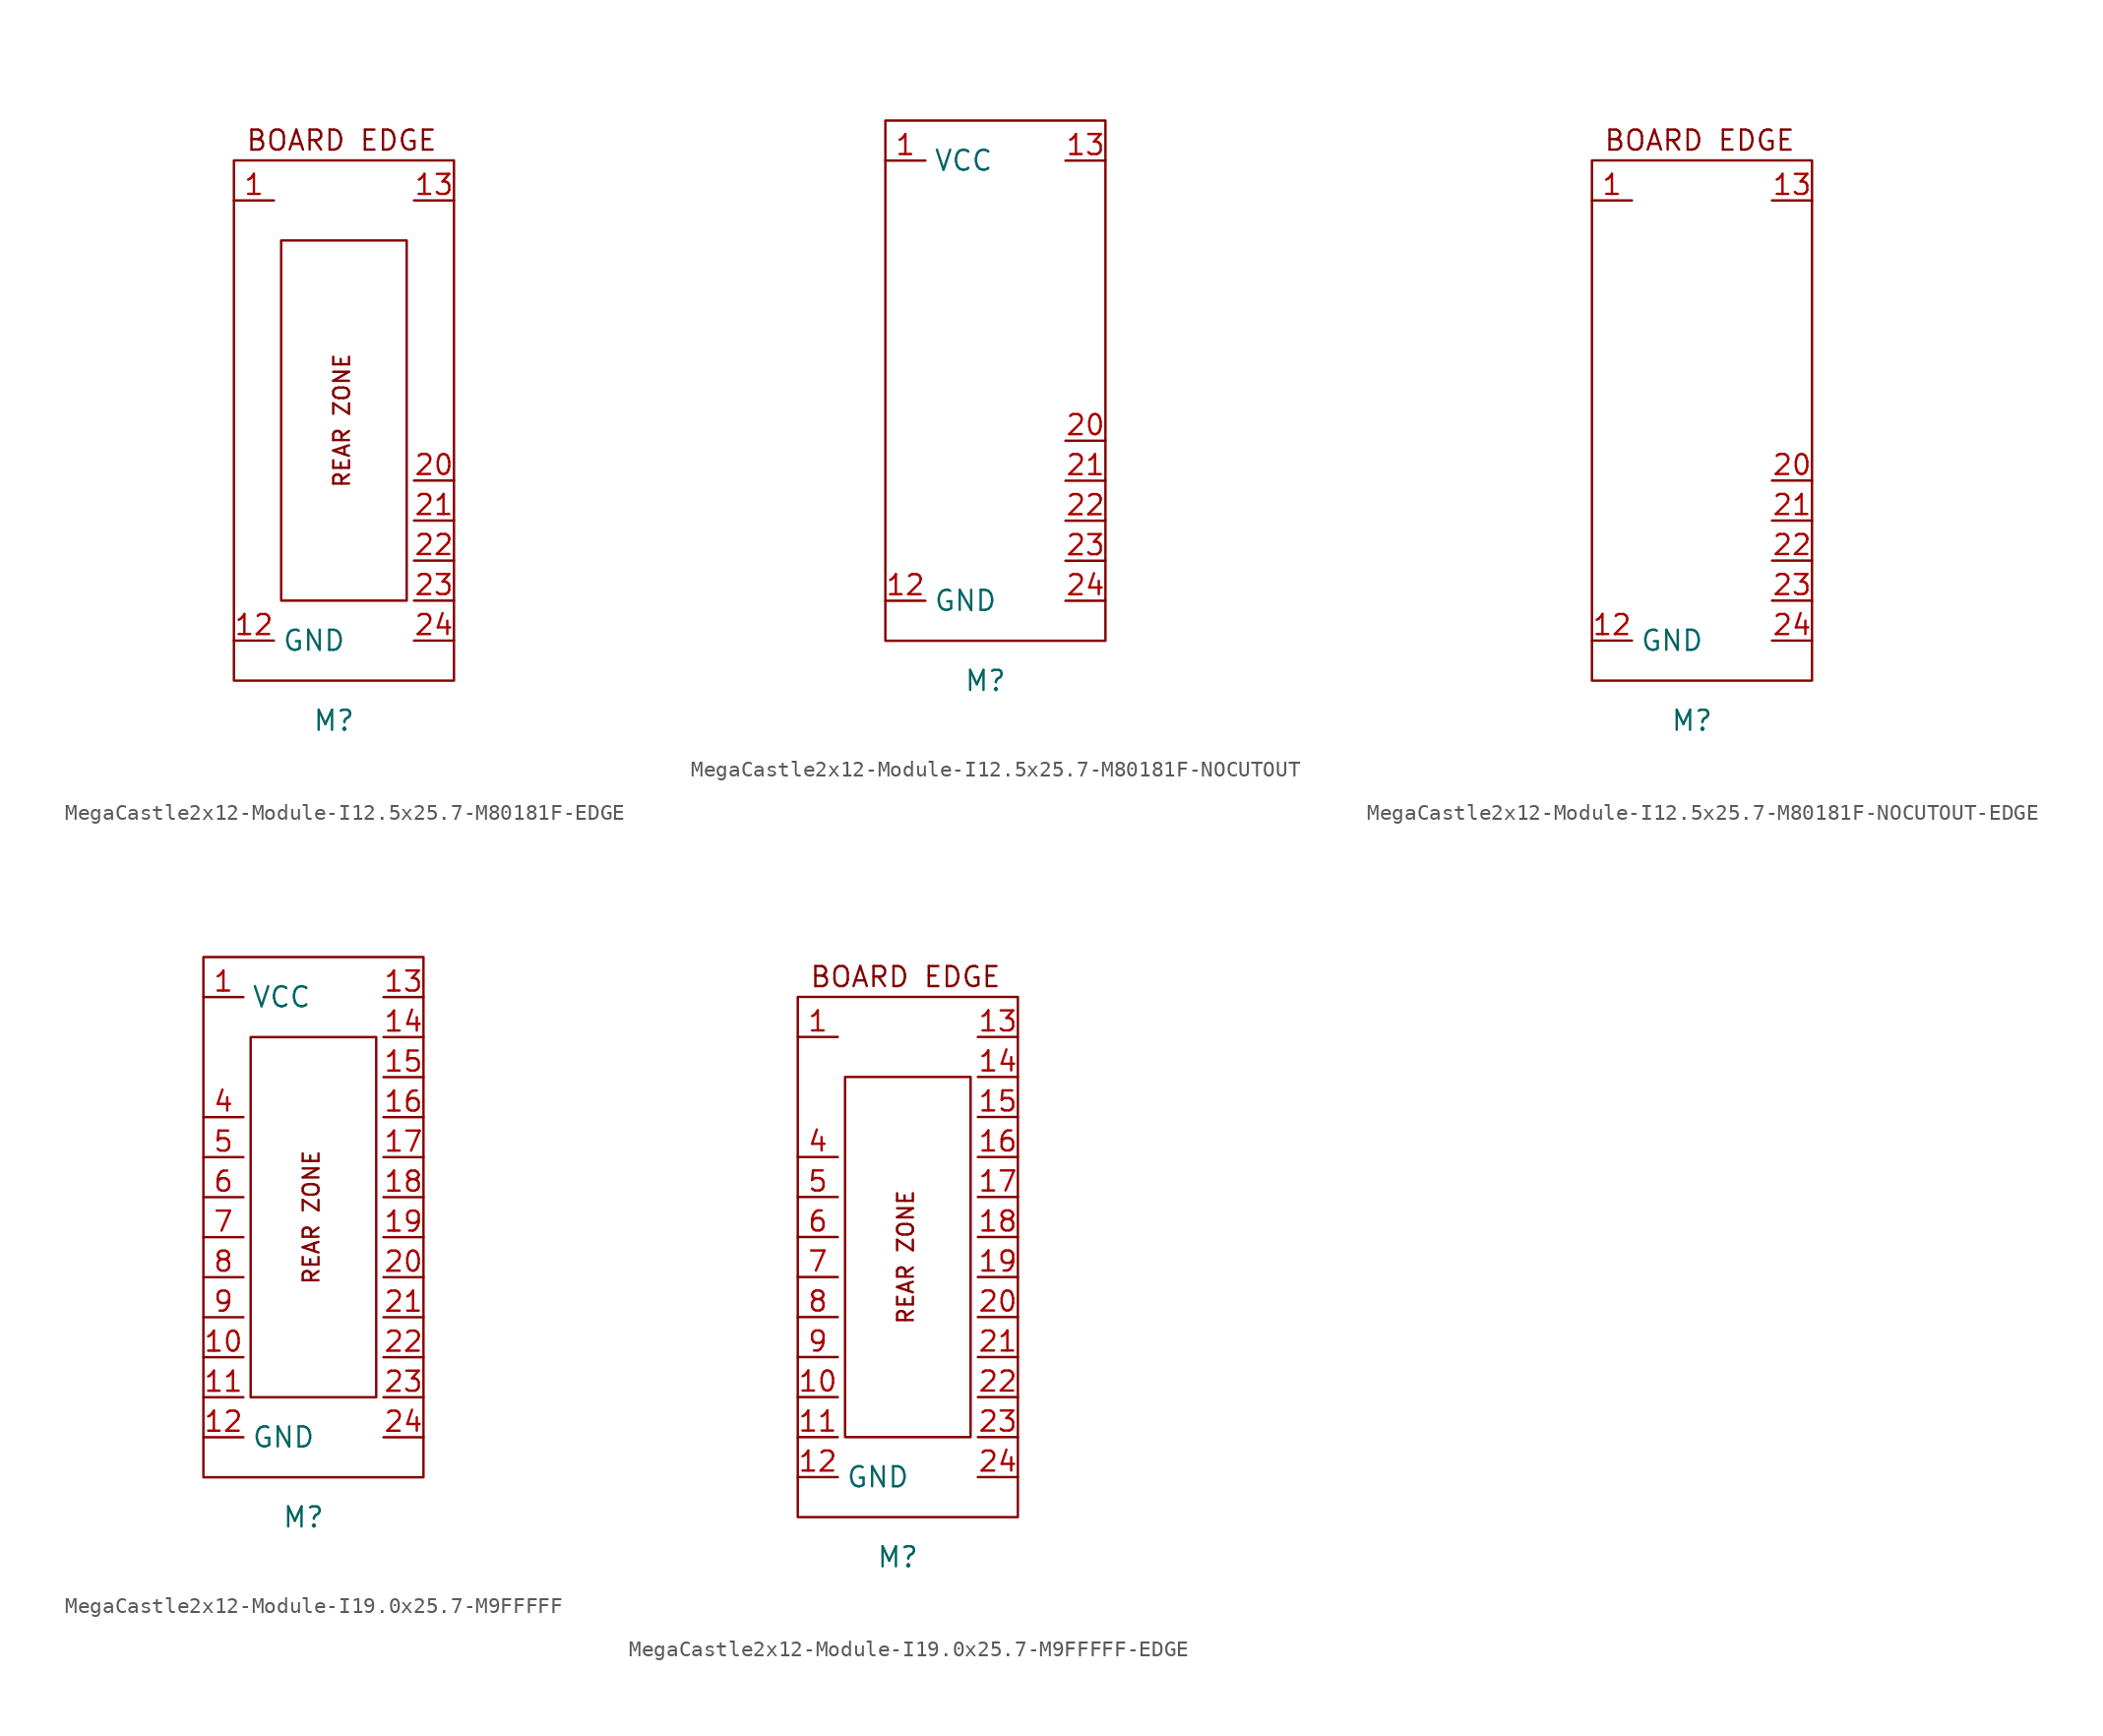
<source format=kicad_sym>
(kicad_symbol_lib
  (version 20241209)
  (generator "kicad_symbol_editor")
  (generator_version "9.0")
  (symbol "MegaCastle2x12-Module-I12.5x25.7-M80181F-EDGE"
    (property "Reference" "M"
      (at 0 -19.05 0)
      (effects (font (size 1.27 1.27))))
    (property "Value" ""
      (at 0 5.08 0)
      (effects (font (size 1.27 1.27))))
    (symbol "MegaCastle2x12-Module-I12.5x25.7-M80181F-EDGE_0_1"
      (rectangle (start -6.35 16.51) (end 7.62 -16.51) (stroke (width 0) (type default)) (fill (type none)))
      (rectangle (start -3.35 11.43) (end 4.62 -11.43) (stroke (width 0) (type default)) (fill (type none))))
    (symbol "MegaCastle2x12-Module-I12.5x25.7-M80181F-EDGE_1_1"
      (text " BOARD EDGE" (at 0 17.78 0) (effects (font (size 1.27 1.27))))
      (text "REAR ZONE" (at 0.5 0 900) (effects (font (size 1 1))))
      (pin bidirectional line (at -6.35 13.97 0) (length 2.54) (name "" (effects (font (size 1.27 1.27)))) (number "1" (effects (font (size 1.27 1.27)))))
      (pin bidirectional line (at -6.35 -13.97 0) (length 2.54) (name "GND" (effects (font (size 1.27 1.27)))) (number "12" (effects (font (size 1.27 1.27)))))
      (pin bidirectional line (at 7.62 13.97 180) (length 2.54) (name "" (effects (font (size 1.27 1.27)))) (number "13" (effects (font (size 1.27 1.27)))))
      (pin bidirectional line (at 7.62 -3.81 180) (length 2.54) (name "" (effects (font (size 1.27 1.27)))) (number "20" (effects (font (size 1.27 1.27)))))
      (pin bidirectional line (at 7.62 -6.35 180) (length 2.54) (name "" (effects (font (size 1.27 1.27)))) (number "21" (effects (font (size 1.27 1.27)))))
      (pin bidirectional line (at 7.62 -8.89 180) (length 2.54) (name "" (effects (font (size 1.27 1.27)))) (number "22" (effects (font (size 1.27 1.27)))))
      (pin bidirectional line (at 7.62 -11.43 180) (length 2.54) (name "" (effects (font (size 1.27 1.27)))) (number "23" (effects (font (size 1.27 1.27)))))
      (pin bidirectional line (at 7.62 -13.97 180) (length 2.54) (name "" (effects (font (size 1.27 1.27)))) (number "24" (effects (font (size 1.27 1.27)))))))
  (symbol "MegaCastle2x12-Module-I12.5x25.7-M80181F-NOCUTOUT"
    (property "Reference" "M"
      (at 0 -19.05 0)
      (effects (font (size 1.27 1.27))))
    (property "Value" ""
      (at 0 5.08 0)
      (effects (font (size 1.27 1.27))))
    (symbol "MegaCastle2x12-Module-I12.5x25.7-M80181F-NOCUTOUT_0_1"
      (rectangle (start -6.35 16.51) (end 7.62 -16.51) (stroke (width 0) (type default)) (fill (type none))))
    (symbol "MegaCastle2x12-Module-I12.5x25.7-M80181F-NOCUTOUT_1_1"
      (pin bidirectional line (at -6.35 13.97 0) (length 2.54) (name "VCC" (effects (font (size 1.27 1.27)))) (number "1" (effects (font (size 1.27 1.27)))))
      (pin bidirectional line (at -6.35 -13.97 0) (length 2.54) (name "GND" (effects (font (size 1.27 1.27)))) (number "12" (effects (font (size 1.27 1.27)))))
      (pin bidirectional line (at 7.62 13.97 180) (length 2.54) (name "" (effects (font (size 1.27 1.27)))) (number "13" (effects (font (size 1.27 1.27)))))
      (pin bidirectional line (at 7.62 -3.81 180) (length 2.54) (name "" (effects (font (size 1.27 1.27)))) (number "20" (effects (font (size 1.27 1.27)))))
      (pin bidirectional line (at 7.62 -6.35 180) (length 2.54) (name "" (effects (font (size 1.27 1.27)))) (number "21" (effects (font (size 1.27 1.27)))))
      (pin bidirectional line (at 7.62 -8.89 180) (length 2.54) (name "" (effects (font (size 1.27 1.27)))) (number "22" (effects (font (size 1.27 1.27)))))
      (pin bidirectional line (at 7.62 -11.43 180) (length 2.54) (name "" (effects (font (size 1.27 1.27)))) (number "23" (effects (font (size 1.27 1.27)))))
      (pin bidirectional line (at 7.62 -13.97 180) (length 2.54) (name "" (effects (font (size 1.27 1.27)))) (number "24" (effects (font (size 1.27 1.27)))))))
  (symbol "MegaCastle2x12-Module-I12.5x25.7-M80181F-NOCUTOUT-EDGE"
    (property "Reference" "M"
      (at 0 -19.05 0)
      (effects (font (size 1.27 1.27))))
    (property "Value" ""
      (at 0 5.08 0)
      (effects (font (size 1.27 1.27))))
    (symbol "MegaCastle2x12-Module-I12.5x25.7-M80181F-NOCUTOUT-EDGE_0_1"
      (rectangle (start -6.35 16.51) (end 7.62 -16.51) (stroke (width 0) (type default)) (fill (type none))))
    (symbol "MegaCastle2x12-Module-I12.5x25.7-M80181F-NOCUTOUT-EDGE_1_1"
      (text " BOARD EDGE" (at 0 17.78 0) (effects (font (size 1.27 1.27))))
      (pin bidirectional line (at -6.35 13.97 0) (length 2.54) (name "" (effects (font (size 1.27 1.27)))) (number "1" (effects (font (size 1.27 1.27)))))
      (pin bidirectional line (at -6.35 -13.97 0) (length 2.54) (name "GND" (effects (font (size 1.27 1.27)))) (number "12" (effects (font (size 1.27 1.27)))))
      (pin bidirectional line (at 7.62 13.97 180) (length 2.54) (name "" (effects (font (size 1.27 1.27)))) (number "13" (effects (font (size 1.27 1.27)))))
      (pin bidirectional line (at 7.62 -3.81 180) (length 2.54) (name "" (effects (font (size 1.27 1.27)))) (number "20" (effects (font (size 1.27 1.27)))))
      (pin bidirectional line (at 7.62 -6.35 180) (length 2.54) (name "" (effects (font (size 1.27 1.27)))) (number "21" (effects (font (size 1.27 1.27)))))
      (pin bidirectional line (at 7.62 -8.89 180) (length 2.54) (name "" (effects (font (size 1.27 1.27)))) (number "22" (effects (font (size 1.27 1.27)))))
      (pin bidirectional line (at 7.62 -11.43 180) (length 2.54) (name "" (effects (font (size 1.27 1.27)))) (number "23" (effects (font (size 1.27 1.27)))))
      (pin bidirectional line (at 7.62 -13.97 180) (length 2.54) (name "" (effects (font (size 1.27 1.27)))) (number "24" (effects (font (size 1.27 1.27)))))))
  (symbol "MegaCastle2x12-Module-I19.0x25.7-M9FFFFF"
    (property "Reference" "M"
      (at 0 -19.05 0)
      (effects (font (size 1.27 1.27))))
    (property "Value" ""
      (at 0 5.08 0)
      (effects (font (size 1.27 1.27))))
    (symbol "MegaCastle2x12-Module-I19.0x25.7-M9FFFFF_0_1"
      (rectangle (start -6.35 16.51) (end 7.62 -16.51) (stroke (width 0) (type default)) (fill (type none)))
      (rectangle (start -3.35 11.43) (end 4.62 -11.43) (stroke (width 0) (type default)) (fill (type none))))
    (symbol "MegaCastle2x12-Module-I19.0x25.7-M9FFFFF_1_1"
      (text "REAR ZONE" (at 0.5 0 900) (effects (font (size 1 1))))
      (pin bidirectional line (at -6.35 13.97 0) (length 2.54) (name "VCC" (effects (font (size 1.27 1.27)))) (number "1" (effects (font (size 1.27 1.27)))))
      (pin bidirectional line (at -6.35 6.35 0) (length 2.54) (name "" (effects (font (size 1.27 1.27)))) (number "4" (effects (font (size 1.27 1.27)))))
      (pin bidirectional line (at -6.35 3.81 0) (length 2.54) (name "" (effects (font (size 1.27 1.27)))) (number "5" (effects (font (size 1.27 1.27)))))
      (pin bidirectional line (at -6.35 1.27 0) (length 2.54) (name "" (effects (font (size 1.27 1.27)))) (number "6" (effects (font (size 1.27 1.27)))))
      (pin bidirectional line (at -6.35 -1.27 0) (length 2.54) (name "" (effects (font (size 1.27 1.27)))) (number "7" (effects (font (size 1.27 1.27)))))
      (pin bidirectional line (at -6.35 -3.81 0) (length 2.54) (name "" (effects (font (size 1.27 1.27)))) (number "8" (effects (font (size 1.27 1.27)))))
      (pin bidirectional line (at -6.35 -6.35 0) (length 2.54) (name "" (effects (font (size 1.27 1.27)))) (number "9" (effects (font (size 1.27 1.27)))))
      (pin bidirectional line (at -6.35 -8.89 0) (length 2.54) (name "" (effects (font (size 1.27 1.27)))) (number "10" (effects (font (size 1.27 1.27)))))
      (pin bidirectional line (at -6.35 -11.43 0) (length 2.54) (name "" (effects (font (size 1.27 1.27)))) (number "11" (effects (font (size 1.27 1.27)))))
      (pin bidirectional line (at -6.35 -13.97 0) (length 2.54) (name "GND" (effects (font (size 1.27 1.27)))) (number "12" (effects (font (size 1.27 1.27)))))
      (pin bidirectional line (at 7.62 13.97 180) (length 2.54) (name "" (effects (font (size 1.27 1.27)))) (number "13" (effects (font (size 1.27 1.27)))))
      (pin bidirectional line (at 7.62 11.43 180) (length 2.54) (name "" (effects (font (size 1.27 1.27)))) (number "14" (effects (font (size 1.27 1.27)))))
      (pin bidirectional line (at 7.62 8.89 180) (length 2.54) (name "" (effects (font (size 1.27 1.27)))) (number "15" (effects (font (size 1.27 1.27)))))
      (pin bidirectional line (at 7.62 6.35 180) (length 2.54) (name "" (effects (font (size 1.27 1.27)))) (number "16" (effects (font (size 1.27 1.27)))))
      (pin bidirectional line (at 7.62 3.81 180) (length 2.54) (name "" (effects (font (size 1.27 1.27)))) (number "17" (effects (font (size 1.27 1.27)))))
      (pin bidirectional line (at 7.62 1.27 180) (length 2.54) (name "" (effects (font (size 1.27 1.27)))) (number "18" (effects (font (size 1.27 1.27)))))
      (pin bidirectional line (at 7.62 -1.27 180) (length 2.54) (name "" (effects (font (size 1.27 1.27)))) (number "19" (effects (font (size 1.27 1.27)))))
      (pin bidirectional line (at 7.62 -3.81 180) (length 2.54) (name "" (effects (font (size 1.27 1.27)))) (number "20" (effects (font (size 1.27 1.27)))))
      (pin bidirectional line (at 7.62 -6.35 180) (length 2.54) (name "" (effects (font (size 1.27 1.27)))) (number "21" (effects (font (size 1.27 1.27)))))
      (pin bidirectional line (at 7.62 -8.89 180) (length 2.54) (name "" (effects (font (size 1.27 1.27)))) (number "22" (effects (font (size 1.27 1.27)))))
      (pin bidirectional line (at 7.62 -11.43 180) (length 2.54) (name "" (effects (font (size 1.27 1.27)))) (number "23" (effects (font (size 1.27 1.27)))))
      (pin bidirectional line (at 7.62 -13.97 180) (length 2.54) (name "" (effects (font (size 1.27 1.27)))) (number "24" (effects (font (size 1.27 1.27)))))))
  (symbol "MegaCastle2x12-Module-I19.0x25.7-M9FFFFF-EDGE"
    (property "Reference" "M"
      (at 0 -19.05 0)
      (effects (font (size 1.27 1.27))))
    (property "Value" ""
      (at 0 5.08 0)
      (effects (font (size 1.27 1.27))))
    (symbol "MegaCastle2x12-Module-I19.0x25.7-M9FFFFF-EDGE_0_1"
      (rectangle (start -6.35 16.51) (end 7.62 -16.51) (stroke (width 0) (type default)) (fill (type none)))
      (rectangle (start -3.35 11.43) (end 4.62 -11.43) (stroke (width 0) (type default)) (fill (type none))))
    (symbol "MegaCastle2x12-Module-I19.0x25.7-M9FFFFF-EDGE_1_1"
      (text " BOARD EDGE" (at 0 17.78 0) (effects (font (size 1.27 1.27))))
      (text "REAR ZONE" (at 0.5 0 900) (effects (font (size 1 1))))
      (pin bidirectional line (at -6.35 13.97 0) (length 2.54) (name "" (effects (font (size 1.27 1.27)))) (number "1" (effects (font (size 1.27 1.27)))))
      (pin bidirectional line (at -6.35 6.35 0) (length 2.54) (name "" (effects (font (size 1.27 1.27)))) (number "4" (effects (font (size 1.27 1.27)))))
      (pin bidirectional line (at -6.35 3.81 0) (length 2.54) (name "" (effects (font (size 1.27 1.27)))) (number "5" (effects (font (size 1.27 1.27)))))
      (pin bidirectional line (at -6.35 1.27 0) (length 2.54) (name "" (effects (font (size 1.27 1.27)))) (number "6" (effects (font (size 1.27 1.27)))))
      (pin bidirectional line (at -6.35 -1.27 0) (length 2.54) (name "" (effects (font (size 1.27 1.27)))) (number "7" (effects (font (size 1.27 1.27)))))
      (pin bidirectional line (at -6.35 -3.81 0) (length 2.54) (name "" (effects (font (size 1.27 1.27)))) (number "8" (effects (font (size 1.27 1.27)))))
      (pin bidirectional line (at -6.35 -6.35 0) (length 2.54) (name "" (effects (font (size 1.27 1.27)))) (number "9" (effects (font (size 1.27 1.27)))))
      (pin bidirectional line (at -6.35 -8.89 0) (length 2.54) (name "" (effects (font (size 1.27 1.27)))) (number "10" (effects (font (size 1.27 1.27)))))
      (pin bidirectional line (at -6.35 -11.43 0) (length 2.54) (name "" (effects (font (size 1.27 1.27)))) (number "11" (effects (font (size 1.27 1.27)))))
      (pin bidirectional line (at -6.35 -13.97 0) (length 2.54) (name "GND" (effects (font (size 1.27 1.27)))) (number "12" (effects (font (size 1.27 1.27)))))
      (pin bidirectional line (at 7.62 13.97 180) (length 2.54) (name "" (effects (font (size 1.27 1.27)))) (number "13" (effects (font (size 1.27 1.27)))))
      (pin bidirectional line (at 7.62 11.43 180) (length 2.54) (name "" (effects (font (size 1.27 1.27)))) (number "14" (effects (font (size 1.27 1.27)))))
      (pin bidirectional line (at 7.62 8.89 180) (length 2.54) (name "" (effects (font (size 1.27 1.27)))) (number "15" (effects (font (size 1.27 1.27)))))
      (pin bidirectional line (at 7.62 6.35 180) (length 2.54) (name "" (effects (font (size 1.27 1.27)))) (number "16" (effects (font (size 1.27 1.27)))))
      (pin bidirectional line (at 7.62 3.81 180) (length 2.54) (name "" (effects (font (size 1.27 1.27)))) (number "17" (effects (font (size 1.27 1.27)))))
      (pin bidirectional line (at 7.62 1.27 180) (length 2.54) (name "" (effects (font (size 1.27 1.27)))) (number "18" (effects (font (size 1.27 1.27)))))
      (pin bidirectional line (at 7.62 -1.27 180) (length 2.54) (name "" (effects (font (size 1.27 1.27)))) (number "19" (effects (font (size 1.27 1.27)))))
      (pin bidirectional line (at 7.62 -3.81 180) (length 2.54) (name "" (effects (font (size 1.27 1.27)))) (number "20" (effects (font (size 1.27 1.27)))))
      (pin bidirectional line (at 7.62 -6.35 180) (length 2.54) (name "" (effects (font (size 1.27 1.27)))) (number "21" (effects (font (size 1.27 1.27)))))
      (pin bidirectional line (at 7.62 -8.89 180) (length 2.54) (name "" (effects (font (size 1.27 1.27)))) (number "22" (effects (font (size 1.27 1.27)))))
      (pin bidirectional line (at 7.62 -11.43 180) (length 2.54) (name "" (effects (font (size 1.27 1.27)))) (number "23" (effects (font (size 1.27 1.27)))))
      (pin bidirectional line (at 7.62 -13.97 180) (length 2.54) (name "" (effects (font (size 1.27 1.27)))) (number "24" (effects (font (size 1.27 1.27))))))))
</source>
